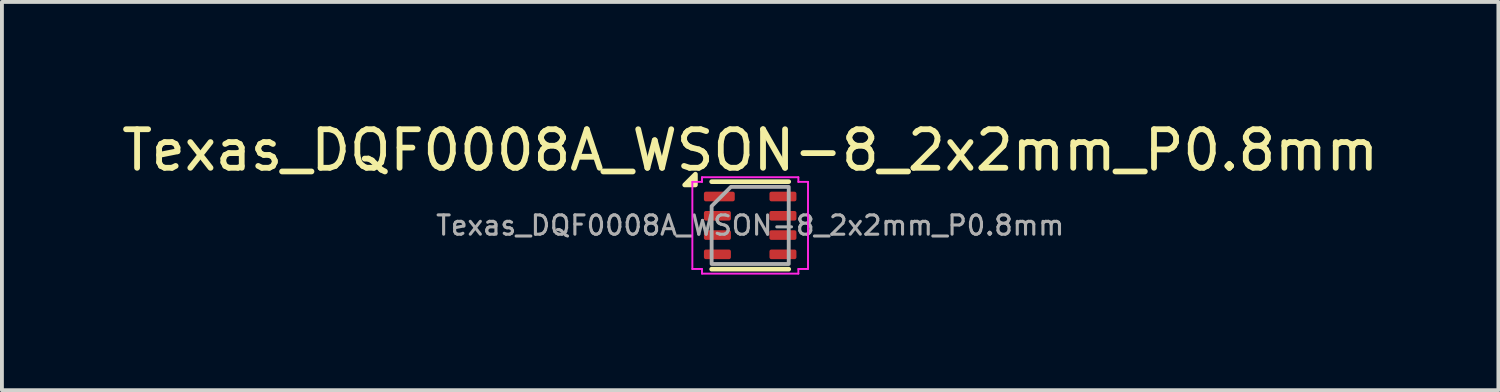
<source format=kicad_pcb>
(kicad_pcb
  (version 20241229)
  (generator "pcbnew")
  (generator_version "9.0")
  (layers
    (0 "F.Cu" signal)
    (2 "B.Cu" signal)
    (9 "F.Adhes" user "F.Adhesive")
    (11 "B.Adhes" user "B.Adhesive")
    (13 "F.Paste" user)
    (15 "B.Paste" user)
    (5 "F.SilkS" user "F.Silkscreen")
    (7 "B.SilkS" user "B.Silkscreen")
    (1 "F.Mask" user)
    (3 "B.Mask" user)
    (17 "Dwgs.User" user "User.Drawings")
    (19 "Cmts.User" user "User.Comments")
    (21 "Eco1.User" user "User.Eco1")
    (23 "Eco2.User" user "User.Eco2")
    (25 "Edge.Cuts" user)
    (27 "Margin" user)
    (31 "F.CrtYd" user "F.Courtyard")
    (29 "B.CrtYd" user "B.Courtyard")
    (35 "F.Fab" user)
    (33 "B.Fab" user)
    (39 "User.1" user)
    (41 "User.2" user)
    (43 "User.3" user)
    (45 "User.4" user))
  (footprint "Texas_DQF0008A_WSON-8_2x2mm_P0.8mm"
    (layer "F.Cu")
    (at 16.411 2.798)
    (property "Reference" "Texas_DQF0008A_WSON-8_2x2mm_P0.8mm" (at 0 -1.95 0) (layer "F.SilkS") (effects (font (size 1 1) (thickness 0.15))))
    (attr smd)
    (fp_line (start -1 -1.135) (end 1 -1.135) (stroke (width 0.12) (type solid)) (layer "F.SilkS"))
    (fp_line (start -1 1.135) (end 1 1.135) (stroke (width 0.12) (type solid)) (layer "F.SilkS"))
    (fp_poly (pts (xy -1.42 -1.05) (xy -1.7 -1.05) (xy -1.42 -1.33)) (stroke (width 0.12) (type solid)) (fill yes) (layer "F.SilkS"))
    (fp_line (start -1.5 -1.13) (end -1.25 -1.13) (stroke (width 0.05) (type solid)) (layer "F.CrtYd"))
    (fp_line (start -1.5 1.13) (end -1.5 -1.13) (stroke (width 0.05) (type solid)) (layer "F.CrtYd"))
    (fp_line (start -1.25 -1.25) (end 1.25 -1.25) (stroke (width 0.05) (type solid)) (layer "F.CrtYd"))
    (fp_line (start -1.25 -1.13) (end -1.25 -1.25) (stroke (width 0.05) (type solid)) (layer "F.CrtYd"))
    (fp_line (start -1.25 1.13) (end -1.5 1.13) (stroke (width 0.05) (type solid)) (layer "F.CrtYd"))
    (fp_line (start -1.25 1.25) (end -1.25 1.13) (stroke (width 0.05) (type solid)) (layer "F.CrtYd"))
    (fp_line (start 1.25 -1.25) (end 1.25 -1.13) (stroke (width 0.05) (type solid)) (layer "F.CrtYd"))
    (fp_line (start 1.25 -1.13) (end 1.5 -1.13) (stroke (width 0.05) (type solid)) (layer "F.CrtYd"))
    (fp_line (start 1.25 1.13) (end 1.25 1.25) (stroke (width 0.05) (type solid)) (layer "F.CrtYd"))
    (fp_line (start 1.25 1.25) (end -1.25 1.25) (stroke (width 0.05) (type solid)) (layer "F.CrtYd"))
    (fp_line (start 1.5 -1.13) (end 1.5 1.13) (stroke (width 0.05) (type solid)) (layer "F.CrtYd"))
    (fp_line (start 1.5 1.13) (end 1.25 1.13) (stroke (width 0.05) (type solid)) (layer "F.CrtYd"))
    (fp_poly (pts (xy -1 -0.5) (xy -1 1) (xy 1 1) (xy 1 -1) (xy -0.5 -1)) (stroke (width 0.1) (type solid)) (fill no) (layer "F.Fab"))
    (fp_text user "${REFERENCE}" (at 0 0 0) (layer "F.Fab") (effects (font (size 0.5 0.5) (thickness 0.08))))
    (pad "1" smd roundrect (at -0.8 -0.75) (size 0.8 0.25) (layers "F.Cu" "F.Mask" "F.Paste") (roundrect_rratio 0.2))
    (pad "2" smd roundrect (at -0.85 -0.25) (size 0.7 0.25) (layers "F.Cu" "F.Mask" "F.Paste") (roundrect_rratio 0.2))
    (pad "3" smd roundrect (at -0.85 0.25) (size 0.7 0.25) (layers "F.Cu" "F.Mask" "F.Paste") (roundrect_rratio 0.2))
    (pad "4" smd roundrect (at -0.85 0.75) (size 0.7 0.25) (layers "F.Cu" "F.Mask" "F.Paste") (roundrect_rratio 0.2))
    (pad "5" smd roundrect (at 0.85 0.75) (size 0.7 0.25) (layers "F.Cu" "F.Mask" "F.Paste") (roundrect_rratio 0.2))
    (pad "6" smd roundrect (at 0.85 0.25) (size 0.7 0.25) (layers "F.Cu" "F.Mask" "F.Paste") (roundrect_rratio 0.2))
    (pad "7" smd roundrect (at 0.85 -0.25) (size 0.7 0.25) (layers "F.Cu" "F.Mask" "F.Paste") (roundrect_rratio 0.2))
    (pad "8" smd roundrect (at 0.85 -0.75) (size 0.7 0.25) (layers "F.Cu" "F.Mask" "F.Paste") (roundrect_rratio 0.2)))
  (gr_rect
    (start -3 -3)
    (end 35.821 7.073)
    (stroke (width 0.1) (type default))
    (fill no)
    (layer "Edge.Cuts")))
</source>
